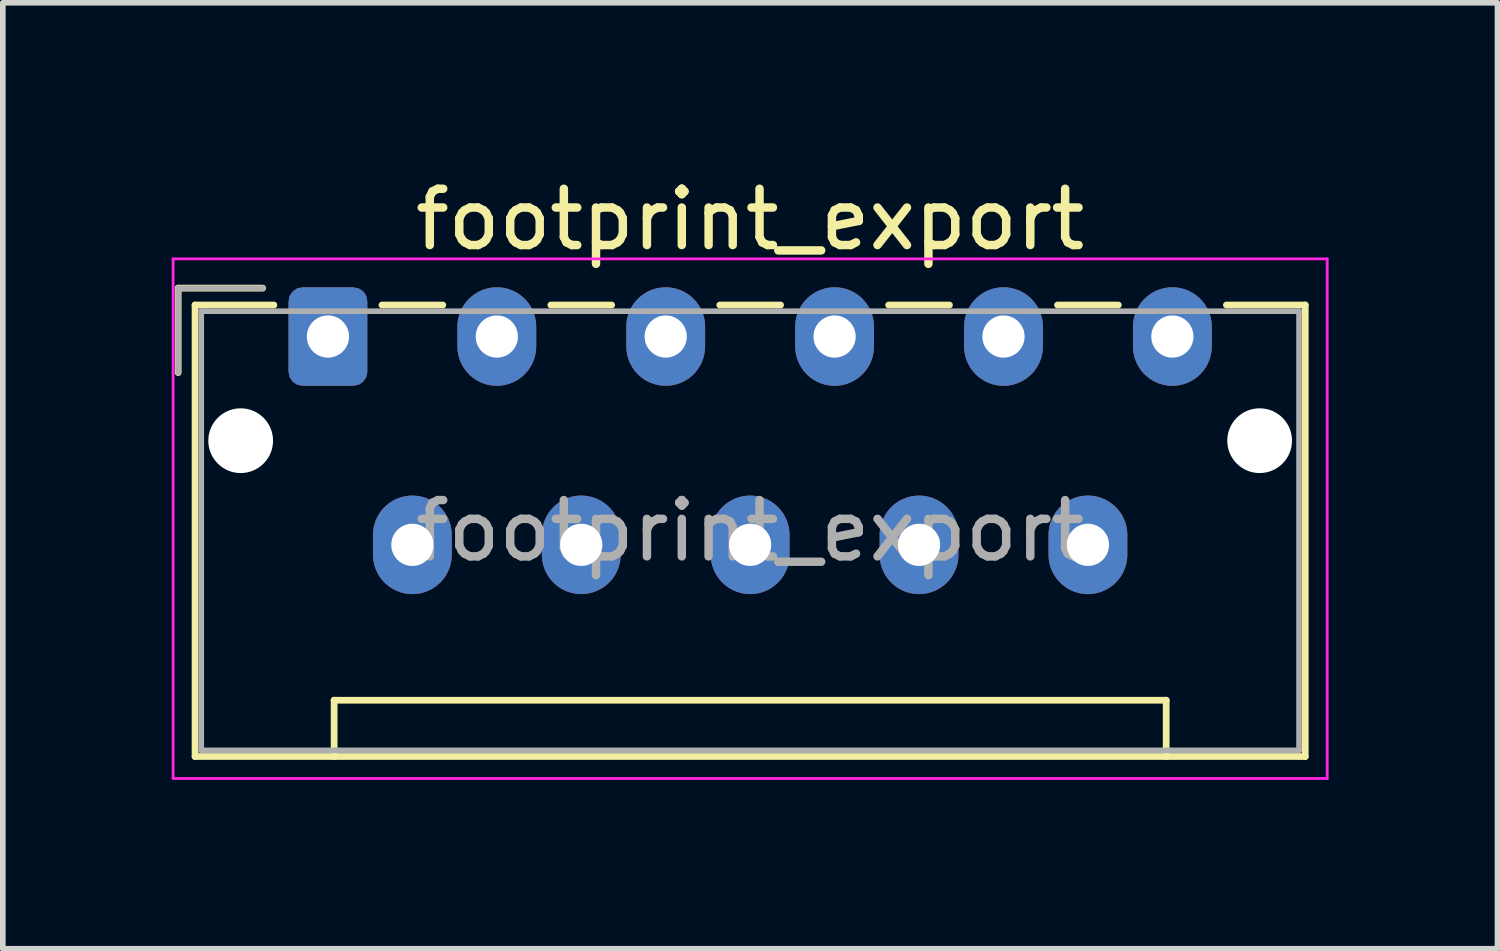
<source format=kicad_pcb>
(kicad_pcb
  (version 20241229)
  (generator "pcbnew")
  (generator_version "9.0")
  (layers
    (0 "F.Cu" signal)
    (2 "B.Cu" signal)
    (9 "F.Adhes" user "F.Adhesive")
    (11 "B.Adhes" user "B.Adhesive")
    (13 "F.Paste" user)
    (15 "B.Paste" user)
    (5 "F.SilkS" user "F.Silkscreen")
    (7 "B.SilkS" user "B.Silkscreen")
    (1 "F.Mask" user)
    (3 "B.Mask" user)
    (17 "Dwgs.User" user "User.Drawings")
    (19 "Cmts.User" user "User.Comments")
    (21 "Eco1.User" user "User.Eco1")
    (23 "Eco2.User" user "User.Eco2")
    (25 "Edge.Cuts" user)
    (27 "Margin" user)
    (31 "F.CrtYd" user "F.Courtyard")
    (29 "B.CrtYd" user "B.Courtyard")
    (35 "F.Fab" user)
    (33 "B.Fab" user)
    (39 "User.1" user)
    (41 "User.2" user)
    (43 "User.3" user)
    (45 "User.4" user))
  (footprint "footprint_export"
    (layer "F.Cu")
    (at 2.775 2.928)
    (property "Reference" "footprint_export" (at 7.5 -2.08 0) (layer "F.SilkS") (effects (font (size 1 1) (thickness 0.15))))
    (attr through_hole)
    (fp_line (start -2.66 -0.86) (end -1.16 -0.86) (stroke (width 0.12) (type solid)) (layer "F.SilkS"))
    (fp_line (start -2.66 0.64) (end -2.66 -0.86) (stroke (width 0.12) (type solid)) (layer "F.SilkS"))
    (fp_line (start -2.36 -0.56) (end -2.36 7.46) (stroke (width 0.12) (type solid)) (layer "F.SilkS"))
    (fp_line (start -2.36 7.46) (end 17.36 7.46) (stroke (width 0.12) (type solid)) (layer "F.SilkS"))
    (fp_line (start -0.96 -0.56) (end -2.36 -0.56) (stroke (width 0.12) (type solid)) (layer "F.SilkS"))
    (fp_line (start 0.11 6.46) (end 14.89 6.46) (stroke (width 0.12) (type solid)) (layer "F.SilkS"))
    (fp_line (start 0.11 7.46) (end 0.11 6.46) (stroke (width 0.12) (type solid)) (layer "F.SilkS"))
    (fp_line (start 0.96 -0.56) (end 2.04 -0.56) (stroke (width 0.12) (type solid)) (layer "F.SilkS"))
    (fp_line (start 3.96 -0.56) (end 5.04 -0.56) (stroke (width 0.12) (type solid)) (layer "F.SilkS"))
    (fp_line (start 6.96 -0.56) (end 8.04 -0.56) (stroke (width 0.12) (type solid)) (layer "F.SilkS"))
    (fp_line (start 9.96 -0.56) (end 11.04 -0.56) (stroke (width 0.12) (type solid)) (layer "F.SilkS"))
    (fp_line (start 12.96 -0.56) (end 14.04 -0.56) (stroke (width 0.12) (type solid)) (layer "F.SilkS"))
    (fp_line (start 14.89 6.46) (end 14.89 7.46) (stroke (width 0.12) (type solid)) (layer "F.SilkS"))
    (fp_line (start 17.36 -0.56) (end 15.96 -0.56) (stroke (width 0.12) (type solid)) (layer "F.SilkS"))
    (fp_line (start 17.36 7.46) (end 17.36 -0.56) (stroke (width 0.12) (type solid)) (layer "F.SilkS"))
    (fp_line (start -2.75 -1.38) (end -2.75 7.85) (stroke (width 0.05) (type solid)) (layer "F.CrtYd"))
    (fp_line (start -2.75 7.85) (end 17.75 7.85) (stroke (width 0.05) (type solid)) (layer "F.CrtYd"))
    (fp_line (start 17.75 -1.38) (end -2.75 -1.38) (stroke (width 0.05) (type solid)) (layer "F.CrtYd"))
    (fp_line (start 17.75 7.85) (end 17.75 -1.38) (stroke (width 0.05) (type solid)) (layer "F.CrtYd"))
    (fp_line (start -2.66 -0.86) (end -1.16 -0.86) (stroke (width 0.1) (type solid)) (layer "F.Fab"))
    (fp_line (start -2.66 0.64) (end -2.66 -0.86) (stroke (width 0.1) (type solid)) (layer "F.Fab"))
    (fp_line (start -2.25 -0.45) (end -2.25 7.35) (stroke (width 0.1) (type solid)) (layer "F.Fab"))
    (fp_line (start -2.25 7.35) (end 17.25 7.35) (stroke (width 0.1) (type solid)) (layer "F.Fab"))
    (fp_line (start 17.25 -0.45) (end -2.25 -0.45) (stroke (width 0.1) (type solid)) (layer "F.Fab"))
    (fp_line (start 17.25 7.35) (end 17.25 -0.45) (stroke (width 0.1) (type solid)) (layer "F.Fab"))
    (fp_text user "${REFERENCE}" (at 7.5 3.45 0) (layer "F.Fab") (effects (font (size 1 1) (thickness 0.15))))
    (pad "" np_thru_hole circle (at -1.55 1.85) (size 1.15 1.15) (drill 1.15) (layers "*.Cu" "*.Mask"))
    (pad "" np_thru_hole circle (at 16.55 1.85) (size 1.15 1.15) (drill 1.15) (layers "*.Cu" "*.Mask"))
    (pad "1" thru_hole roundrect (at 0 0) (size 1.4 1.75) (drill 0.75) (layers "*.Cu" "*.Mask") (roundrect_rratio 0.179))
    (pad "2" thru_hole oval (at 1.5 3.7) (size 1.4 1.75) (drill 0.75) (layers "*.Cu" "*.Mask"))
    (pad "3" thru_hole oval (at 3 0) (size 1.4 1.75) (drill 0.75) (layers "*.Cu" "*.Mask"))
    (pad "4" thru_hole oval (at 4.5 3.7) (size 1.4 1.75) (drill 0.75) (layers "*.Cu" "*.Mask"))
    (pad "5" thru_hole oval (at 6 0) (size 1.4 1.75) (drill 0.75) (layers "*.Cu" "*.Mask"))
    (pad "6" thru_hole oval (at 7.5 3.7) (size 1.4 1.75) (drill 0.75) (layers "*.Cu" "*.Mask"))
    (pad "7" thru_hole oval (at 9 0) (size 1.4 1.75) (drill 0.75) (layers "*.Cu" "*.Mask"))
    (pad "8" thru_hole oval (at 10.5 3.7) (size 1.4 1.75) (drill 0.75) (layers "*.Cu" "*.Mask"))
    (pad "9" thru_hole oval (at 12 0) (size 1.4 1.75) (drill 0.75) (layers "*.Cu" "*.Mask"))
    (pad "10" thru_hole oval (at 13.5 3.7) (size 1.4 1.75) (drill 0.75) (layers "*.Cu" "*.Mask"))
    (pad "11" thru_hole oval (at 15 0) (size 1.4 1.75) (drill 0.75) (layers "*.Cu" "*.Mask")))
  (gr_rect
    (start -3 -3)
    (end 23.55 13.803)
    (stroke (width 0.1) (type default))
    (fill no)
    (layer "Edge.Cuts")))
</source>
